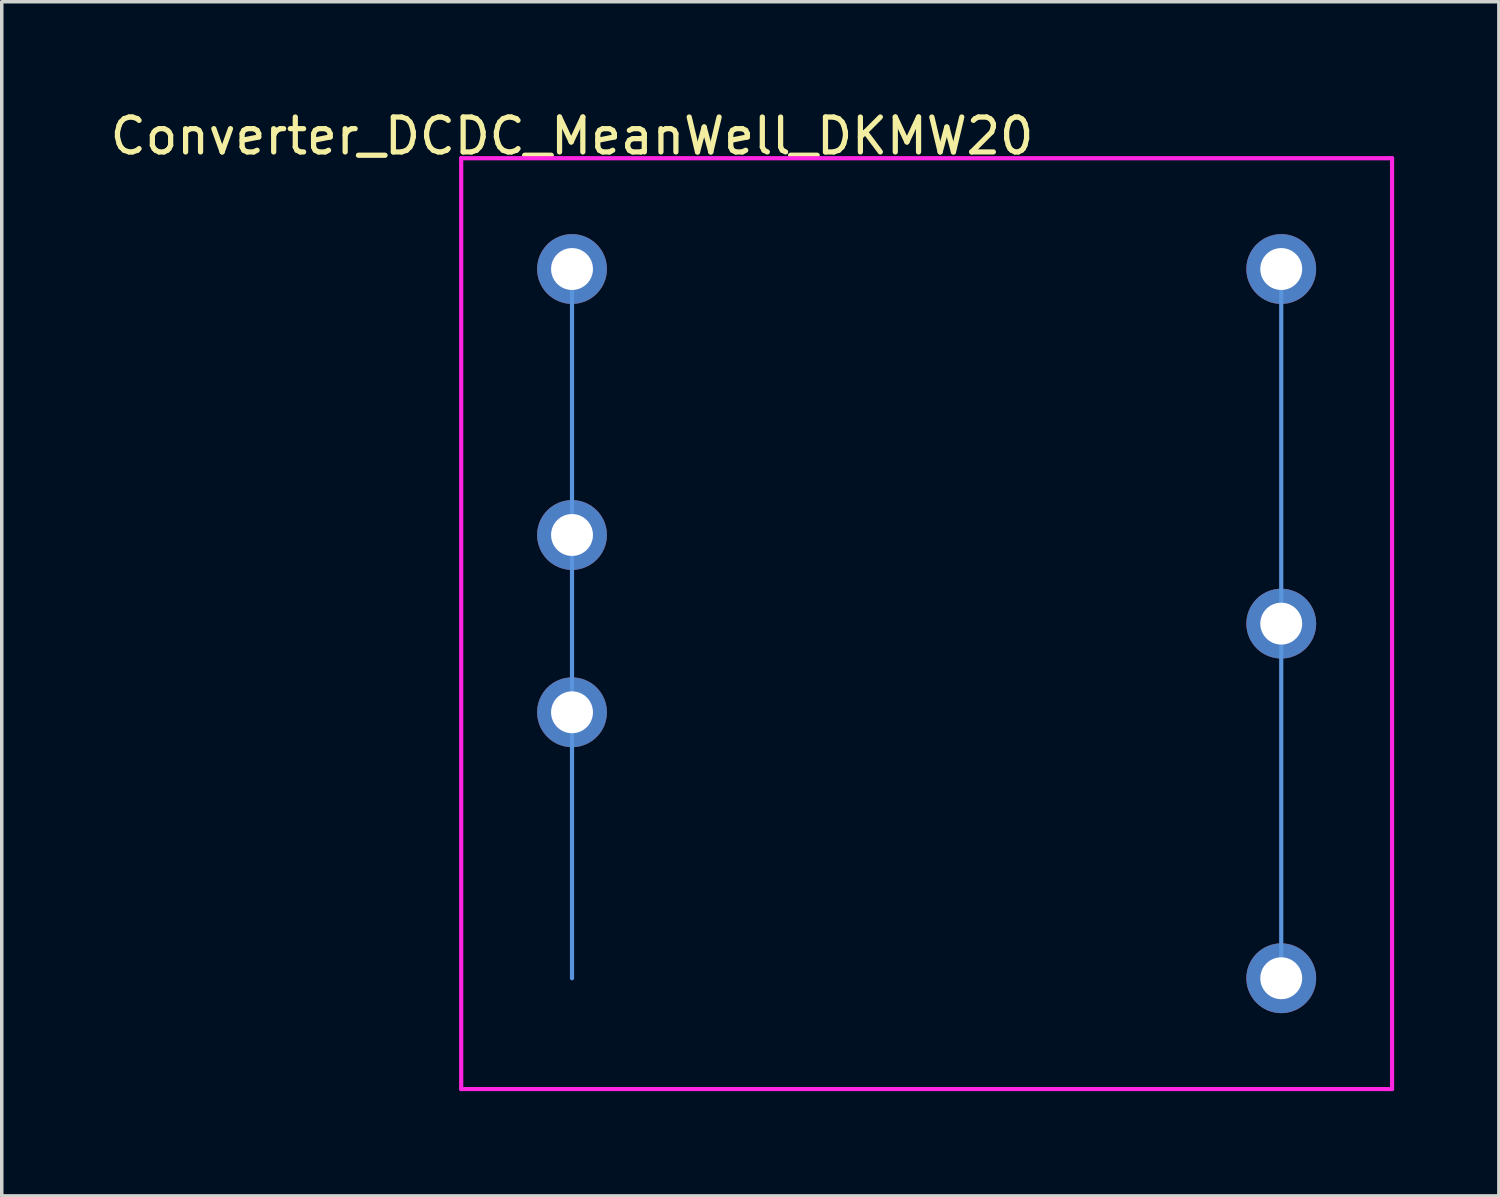
<source format=kicad_pcb>
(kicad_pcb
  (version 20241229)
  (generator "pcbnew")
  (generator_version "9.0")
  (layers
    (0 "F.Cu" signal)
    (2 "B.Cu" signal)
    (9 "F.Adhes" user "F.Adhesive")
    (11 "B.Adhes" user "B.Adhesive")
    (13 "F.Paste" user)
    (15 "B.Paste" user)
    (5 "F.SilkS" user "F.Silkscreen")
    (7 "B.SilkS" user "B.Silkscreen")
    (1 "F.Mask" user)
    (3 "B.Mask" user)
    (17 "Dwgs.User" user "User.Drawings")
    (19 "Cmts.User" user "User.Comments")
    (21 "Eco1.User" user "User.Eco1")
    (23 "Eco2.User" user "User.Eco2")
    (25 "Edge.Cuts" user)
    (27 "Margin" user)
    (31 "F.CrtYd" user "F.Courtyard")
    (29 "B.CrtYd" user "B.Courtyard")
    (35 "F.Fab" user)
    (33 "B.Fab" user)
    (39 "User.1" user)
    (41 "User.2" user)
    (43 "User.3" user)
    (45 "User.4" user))
  (footprint "Converter_DCDC_MeanWell_DKMW20"
    (layer "F.Cu")
    (at 23.499 14.818)
    (property "Reference" "Converter_DCDC_MeanWell_DKMW20" (at -10.16 -13.97 0) (layer "F.SilkS") (effects (font (size 1 1) (thickness 0.15))))
    (attr through_hole)
    (fp_line (start -12.7 -12.7) (end 12.7 -12.7) (stroke (width 0.12) (type solid)) (layer "B.Paste"))
    (fp_line (start -12.7 12.7) (end -12.7 -12.7) (stroke (width 0.12) (type solid)) (layer "B.Paste"))
    (fp_line (start 12.7 -12.7) (end 12.7 12.7) (stroke (width 0.12) (type solid)) (layer "B.Paste"))
    (fp_line (start 12.7 12.7) (end -12.7 12.7) (stroke (width 0.12) (type solid)) (layer "B.Paste"))
    (fp_line (start -10.16 -10.16) (end -10.16 10.16) (stroke (width 0.12) (type solid)) (layer "Cmts.User"))
    (fp_line (start 10.16 -10.16) (end 10.16 10.16) (stroke (width 0.12) (type solid)) (layer "Cmts.User"))
    (fp_line (start -13.335 -13.335) (end -13.335 13.335) (stroke (width 0.12) (type solid)) (layer "F.CrtYd"))
    (fp_line (start -13.335 13.335) (end 13.335 13.335) (stroke (width 0.12) (type solid)) (layer "F.CrtYd"))
    (fp_line (start 13.335 -13.335) (end -13.335 -13.335) (stroke (width 0.12) (type solid)) (layer "F.CrtYd"))
    (fp_line (start 13.335 13.335) (end 13.335 -13.335) (stroke (width 0.12) (type solid)) (layer "F.CrtYd"))
    (pad "1" thru_hole circle (at -10.16 2.54) (size 2 2) (drill 1.2) (layers "*.Cu" "*.Mask"))
    (pad "2" thru_hole circle (at -10.16 -2.54) (size 2 2) (drill 1.2) (layers "*.Cu" "*.Mask"))
    (pad "3" thru_hole circle (at 10.16 10.16) (size 2 2) (drill 1.2) (layers "*.Cu" "*.Mask"))
    (pad "4" thru_hole circle (at 10.16 0) (size 2 2) (drill 1.2) (layers "*.Cu" "*.Mask"))
    (pad "5" thru_hole circle (at 10.16 -10.16) (size 2 2) (drill 1.2) (layers "*.Cu" "*.Mask"))
    (pad "6" thru_hole circle (at -10.16 -10.16) (size 2 2) (drill 1.2) (layers "*.Cu" "*.Mask")))
  (gr_rect
    (start -3 -3)
    (end 39.894 31.213)
    (stroke (width 0.1) (type default))
    (fill no)
    (layer "Edge.Cuts")))
</source>
